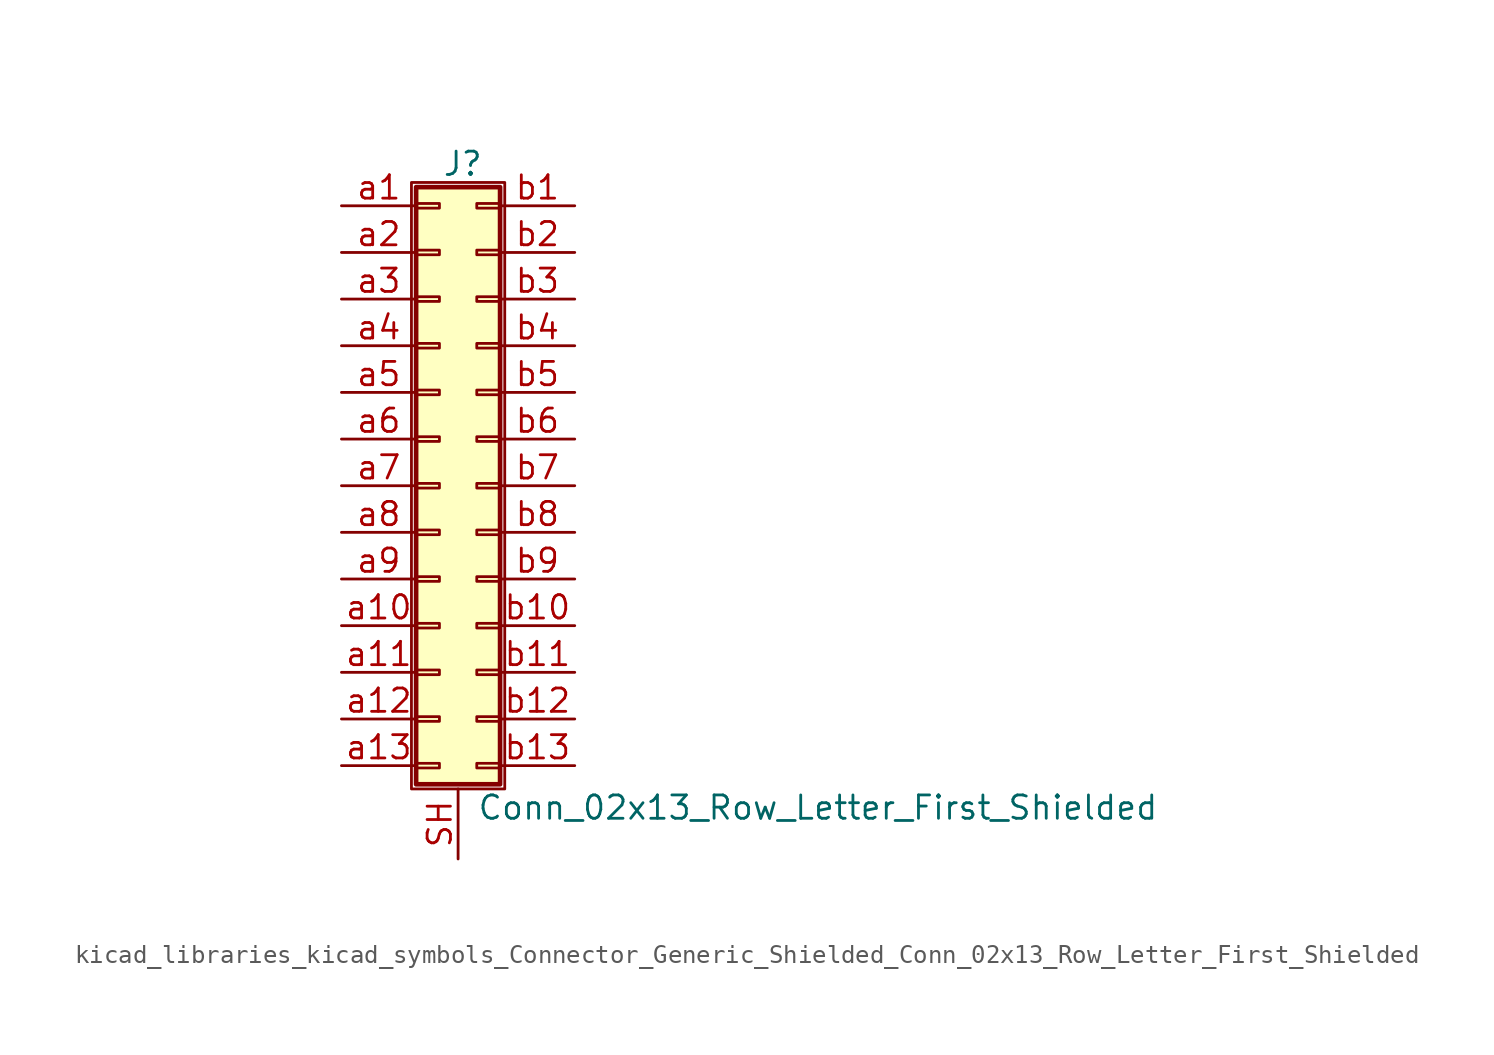
<source format=kicad_sym>
(kicad_symbol_lib
  (version 20220914)
  (generator kicad_symbol_editor)
  (symbol "kicad_libraries_kicad_symbols_Connector_Generic_Shielded_Conn_02x13_Row_Letter_First_Shielded"
    (pin_names
      (offset 1.016) hide)
    (property "Reference" "J"
      (at 1.524 17.526 0)
      (effects (font (size 1.27 1.27))))
    (property "Value" "Conn_02x13_Row_Letter_First_Shielded"
      (at 2.286 -17.526 0)
      (effects (font (size 1.27 1.27)) (justify left)))
    (symbol "kicad_libraries_kicad_symbols_Connector_Generic_Shielded_Conn_02x13_Row_Letter_First_Shielded_1_1"
      (rectangle (start -1.27 16.51) (end 3.81 -16.51) (stroke (width 0.152) (type default)) (fill (type none)))
      (rectangle (start -1.016 -15.113) (end 0.254 -15.367) (stroke (width 0.152) (type default)) (fill (type none)))
      (rectangle (start -1.016 -12.573) (end 0.254 -12.827) (stroke (width 0.152) (type default)) (fill (type none)))
      (rectangle (start -1.016 -10.033) (end 0.254 -10.287) (stroke (width 0.152) (type default)) (fill (type none)))
      (rectangle (start -1.016 -7.493) (end 0.254 -7.747) (stroke (width 0.152) (type default)) (fill (type none)))
      (rectangle (start -1.016 -4.953) (end 0.254 -5.207) (stroke (width 0.152) (type default)) (fill (type none)))
      (rectangle (start -1.016 -2.413) (end 0.254 -2.667) (stroke (width 0.152) (type default)) (fill (type none)))
      (rectangle (start -1.016 0.127) (end 0.254 -0.127) (stroke (width 0.152) (type default)) (fill (type none)))
      (rectangle (start -1.016 2.667) (end 0.254 2.413) (stroke (width 0.152) (type default)) (fill (type none)))
      (rectangle (start -1.016 5.207) (end 0.254 4.953) (stroke (width 0.152) (type default)) (fill (type none)))
      (rectangle (start -1.016 7.747) (end 0.254 7.493) (stroke (width 0.152) (type default)) (fill (type none)))
      (rectangle (start -1.016 10.287) (end 0.254 10.033) (stroke (width 0.152) (type default)) (fill (type none)))
      (rectangle (start -1.016 12.827) (end 0.254 12.573) (stroke (width 0.152) (type default)) (fill (type none)))
      (rectangle (start -1.016 15.367) (end 0.254 15.113) (stroke (width 0.152) (type default)) (fill (type none)))
      (rectangle (start -1.016 16.256) (end 3.556 -16.256) (stroke (width 0.254) (type default)) (fill (type background)))
      (rectangle (start 3.556 -15.113) (end 2.286 -15.367) (stroke (width 0.152) (type default)) (fill (type none)))
      (rectangle (start 3.556 -12.573) (end 2.286 -12.827) (stroke (width 0.152) (type default)) (fill (type none)))
      (rectangle (start 3.556 -10.033) (end 2.286 -10.287) (stroke (width 0.152) (type default)) (fill (type none)))
      (rectangle (start 3.556 -7.493) (end 2.286 -7.747) (stroke (width 0.152) (type default)) (fill (type none)))
      (rectangle (start 3.556 -4.953) (end 2.286 -5.207) (stroke (width 0.152) (type default)) (fill (type none)))
      (rectangle (start 3.556 -2.413) (end 2.286 -2.667) (stroke (width 0.152) (type default)) (fill (type none)))
      (rectangle (start 3.556 0.127) (end 2.286 -0.127) (stroke (width 0.152) (type default)) (fill (type none)))
      (rectangle (start 3.556 2.667) (end 2.286 2.413) (stroke (width 0.152) (type default)) (fill (type none)))
      (rectangle (start 3.556 5.207) (end 2.286 4.953) (stroke (width 0.152) (type default)) (fill (type none)))
      (rectangle (start 3.556 7.747) (end 2.286 7.493) (stroke (width 0.152) (type default)) (fill (type none)))
      (rectangle (start 3.556 10.287) (end 2.286 10.033) (stroke (width 0.152) (type default)) (fill (type none)))
      (rectangle (start 3.556 12.827) (end 2.286 12.573) (stroke (width 0.152) (type default)) (fill (type none)))
      (rectangle (start 3.556 15.367) (end 2.286 15.113) (stroke (width 0.152) (type default)) (fill (type none)))
      (pin passive line (at 1.27 -20.32 90) (length 3.81) (name "Shield" (effects (font (size 1.27 1.27)))) (number "SH" (effects (font (size 1.27 1.27)))))
      (pin passive line (at -5.08 15.24 0) (length 4.064) (name "Pin_a1" (effects (font (size 1.27 1.27)))) (number "a1" (effects (font (size 1.27 1.27)))))
      (pin passive line (at -5.08 -7.62 0) (length 4.064) (name "Pin_a10" (effects (font (size 1.27 1.27)))) (number "a10" (effects (font (size 1.27 1.27)))))
      (pin passive line (at -5.08 -10.16 0) (length 4.064) (name "Pin_a11" (effects (font (size 1.27 1.27)))) (number "a11" (effects (font (size 1.27 1.27)))))
      (pin passive line (at -5.08 -12.7 0) (length 4.064) (name "Pin_a12" (effects (font (size 1.27 1.27)))) (number "a12" (effects (font (size 1.27 1.27)))))
      (pin passive line (at -5.08 -15.24 0) (length 4.064) (name "Pin_a13" (effects (font (size 1.27 1.27)))) (number "a13" (effects (font (size 1.27 1.27)))))
      (pin passive line (at -5.08 12.7 0) (length 4.064) (name "Pin_a2" (effects (font (size 1.27 1.27)))) (number "a2" (effects (font (size 1.27 1.27)))))
      (pin passive line (at -5.08 10.16 0) (length 4.064) (name "Pin_a3" (effects (font (size 1.27 1.27)))) (number "a3" (effects (font (size 1.27 1.27)))))
      (pin passive line (at -5.08 7.62 0) (length 4.064) (name "Pin_a4" (effects (font (size 1.27 1.27)))) (number "a4" (effects (font (size 1.27 1.27)))))
      (pin passive line (at -5.08 5.08 0) (length 4.064) (name "Pin_a5" (effects (font (size 1.27 1.27)))) (number "a5" (effects (font (size 1.27 1.27)))))
      (pin passive line (at -5.08 2.54 0) (length 4.064) (name "Pin_a6" (effects (font (size 1.27 1.27)))) (number "a6" (effects (font (size 1.27 1.27)))))
      (pin passive line (at -5.08 0 0) (length 4.064) (name "Pin_a7" (effects (font (size 1.27 1.27)))) (number "a7" (effects (font (size 1.27 1.27)))))
      (pin passive line (at -5.08 -2.54 0) (length 4.064) (name "Pin_a8" (effects (font (size 1.27 1.27)))) (number "a8" (effects (font (size 1.27 1.27)))))
      (pin passive line (at -5.08 -5.08 0) (length 4.064) (name "Pin_a9" (effects (font (size 1.27 1.27)))) (number "a9" (effects (font (size 1.27 1.27)))))
      (pin passive line (at 7.62 15.24 180) (length 4.064) (name "Pin_b1" (effects (font (size 1.27 1.27)))) (number "b1" (effects (font (size 1.27 1.27)))))
      (pin passive line (at 7.62 -7.62 180) (length 4.064) (name "Pin_b10" (effects (font (size 1.27 1.27)))) (number "b10" (effects (font (size 1.27 1.27)))))
      (pin passive line (at 7.62 -10.16 180) (length 4.064) (name "Pin_b11" (effects (font (size 1.27 1.27)))) (number "b11" (effects (font (size 1.27 1.27)))))
      (pin passive line (at 7.62 -12.7 180) (length 4.064) (name "Pin_b12" (effects (font (size 1.27 1.27)))) (number "b12" (effects (font (size 1.27 1.27)))))
      (pin passive line (at 7.62 -15.24 180) (length 4.064) (name "Pin_b13" (effects (font (size 1.27 1.27)))) (number "b13" (effects (font (size 1.27 1.27)))))
      (pin passive line (at 7.62 12.7 180) (length 4.064) (name "Pin_b2" (effects (font (size 1.27 1.27)))) (number "b2" (effects (font (size 1.27 1.27)))))
      (pin passive line (at 7.62 10.16 180) (length 4.064) (name "Pin_b3" (effects (font (size 1.27 1.27)))) (number "b3" (effects (font (size 1.27 1.27)))))
      (pin passive line (at 7.62 7.62 180) (length 4.064) (name "Pin_b4" (effects (font (size 1.27 1.27)))) (number "b4" (effects (font (size 1.27 1.27)))))
      (pin passive line (at 7.62 5.08 180) (length 4.064) (name "Pin_b5" (effects (font (size 1.27 1.27)))) (number "b5" (effects (font (size 1.27 1.27)))))
      (pin passive line (at 7.62 2.54 180) (length 4.064) (name "Pin_b6" (effects (font (size 1.27 1.27)))) (number "b6" (effects (font (size 1.27 1.27)))))
      (pin passive line (at 7.62 0 180) (length 4.064) (name "Pin_b7" (effects (font (size 1.27 1.27)))) (number "b7" (effects (font (size 1.27 1.27)))))
      (pin passive line (at 7.62 -2.54 180) (length 4.064) (name "Pin_b8" (effects (font (size 1.27 1.27)))) (number "b8" (effects (font (size 1.27 1.27)))))
      (pin passive line (at 7.62 -5.08 180) (length 4.064) (name "Pin_b9" (effects (font (size 1.27 1.27)))) (number "b9" (effects (font (size 1.27 1.27))))))))
</source>
